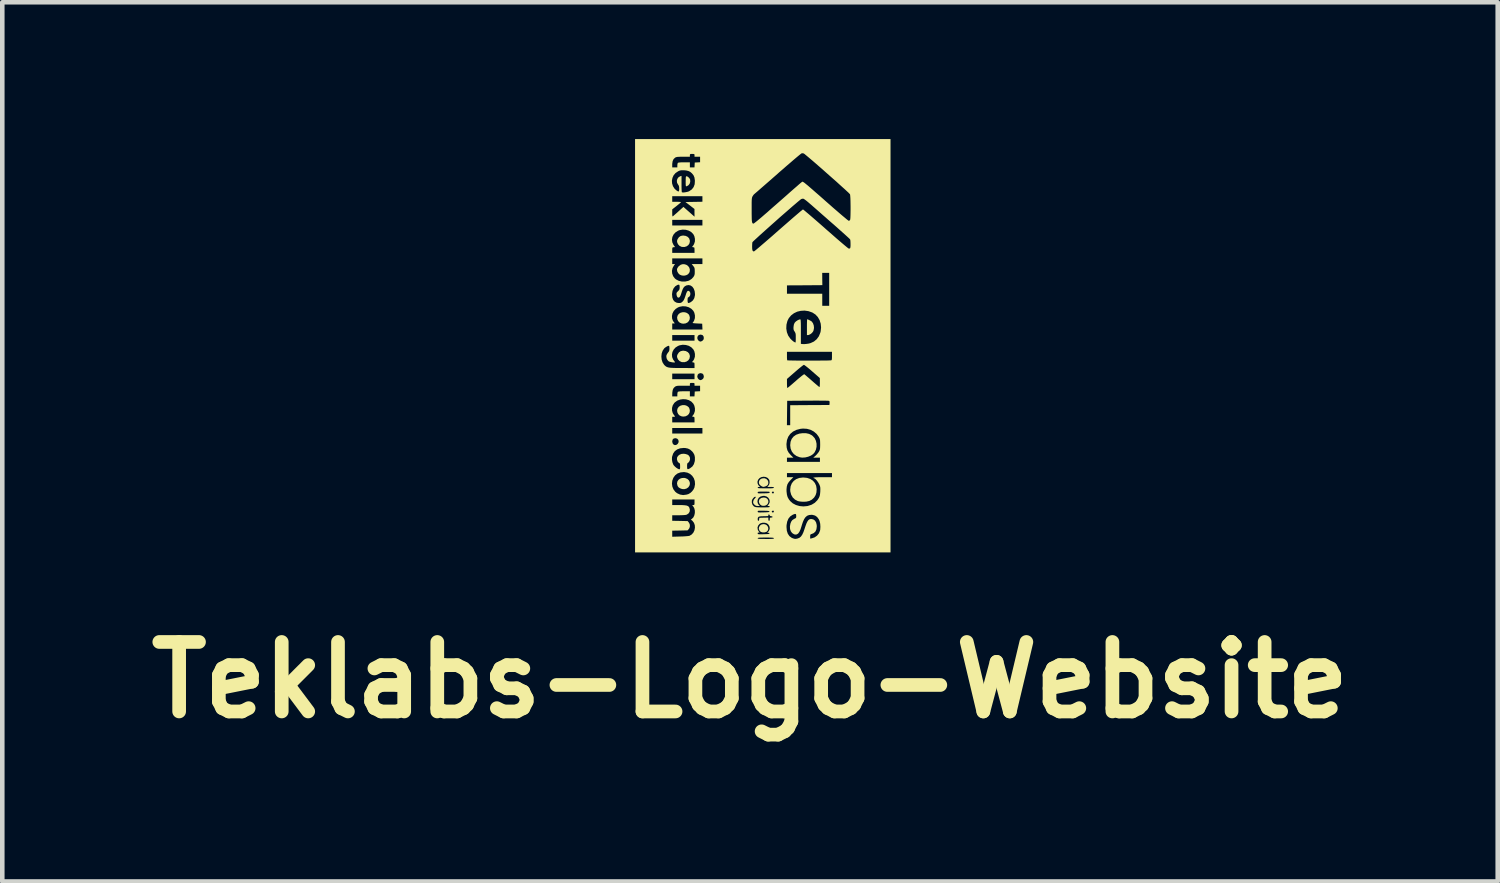
<source format=kicad_pcb>
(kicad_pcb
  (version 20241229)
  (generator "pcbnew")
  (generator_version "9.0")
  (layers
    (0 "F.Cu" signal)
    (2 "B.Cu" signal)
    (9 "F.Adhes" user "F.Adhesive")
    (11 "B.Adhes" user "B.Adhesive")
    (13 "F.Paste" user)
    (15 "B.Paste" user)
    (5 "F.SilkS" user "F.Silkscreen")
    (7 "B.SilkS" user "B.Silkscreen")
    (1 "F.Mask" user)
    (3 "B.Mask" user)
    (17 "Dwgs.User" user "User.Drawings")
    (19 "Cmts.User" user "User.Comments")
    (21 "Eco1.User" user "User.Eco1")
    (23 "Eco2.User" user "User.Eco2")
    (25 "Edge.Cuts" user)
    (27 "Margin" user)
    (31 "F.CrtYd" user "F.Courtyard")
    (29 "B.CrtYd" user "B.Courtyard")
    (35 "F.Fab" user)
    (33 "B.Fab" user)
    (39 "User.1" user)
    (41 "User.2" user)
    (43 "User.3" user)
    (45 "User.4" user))
  (footprint "Teklabs-Logo-Website"
    (layer "F.Cu")
    (at 13.677 4.532)
    (property "Reference" "Teklabs-Logo-Website" (at -0.28 7.33 0) (layer "F.SilkS") (effects (font (size 1.524 1.524) (thickness 0.3))))
    (attr board_only exclude_from_pos_files exclude_from_bom)
    (fp_poly (pts (xy 0.052 3.916) (xy 0.088 3.936) (xy 0.092 3.941) (xy 0.115 3.975) (xy 0.121 4.012) (xy 0.112 4.047) (xy 0.088 4.075) (xy 0.075 4.083) (xy 0.037 4.093) (xy -0.004 4.093) (xy -0.04 4.083) (xy -0.049 4.078) (xy -0.077 4.047) (xy -0.087 4.009) (xy -0.081 3.975) (xy -0.06 3.941) (xy -0.028 3.919) (xy 0.012 3.911)) (stroke (width 0) (type solid)) (fill yes) (layer "F.SilkS"))
    (fp_poly (pts (xy -1.706 -0.734) (xy -1.663 -0.719) (xy -1.628 -0.692) (xy -1.614 -0.672) (xy -1.6 -0.625) (xy -1.603 -0.581) (xy -1.621 -0.542) (xy -1.652 -0.51) (xy -1.694 -0.49) (xy -1.743 -0.484) (xy -1.78 -0.489) (xy -1.824 -0.508) (xy -1.856 -0.54) (xy -1.874 -0.579) (xy -1.879 -0.623) (xy -1.867 -0.665) (xy -1.841 -0.7) (xy -1.801 -0.725) (xy -1.754 -0.736)) (stroke (width 0) (type solid)) (fill yes) (layer "F.SilkS"))
    (fp_poly (pts (xy -1.706 1.303) (xy -1.663 1.318) (xy -1.628 1.345) (xy -1.614 1.365) (xy -1.6 1.412) (xy -1.603 1.456) (xy -1.621 1.495) (xy -1.652 1.526) (xy -1.694 1.547) (xy -1.743 1.553) (xy -1.78 1.548) (xy -1.824 1.529) (xy -1.856 1.497) (xy -1.874 1.457) (xy -1.879 1.414) (xy -1.867 1.372) (xy -1.841 1.337) (xy -1.801 1.312) (xy -1.754 1.301)) (stroke (width 0) (type solid)) (fill yes) (layer "F.SilkS"))
    (fp_poly (pts (xy 0.054 3.331) (xy 0.056 3.332) (xy 0.092 3.35) (xy 0.114 3.378) (xy 0.123 3.411) (xy 0.118 3.446) (xy 0.1 3.476) (xy 0.071 3.499) (xy 0.036 3.509) (xy 0.004 3.51) (xy -0.022 3.506) (xy -0.025 3.505) (xy -0.058 3.481) (xy -0.079 3.449) (xy -0.086 3.412) (xy -0.077 3.377) (xy -0.067 3.361) (xy -0.033 3.338) (xy 0.01 3.328)) (stroke (width 0) (type solid)) (fill yes) (layer "F.SilkS"))
    (fp_poly (pts (xy -1.648 -3.709) (xy -1.623 -3.688) (xy -1.602 -3.662) (xy -1.593 -3.642) (xy -1.591 -3.595) (xy -1.604 -3.553) (xy -1.632 -3.518) (xy -1.668 -3.499) (xy -1.678 -3.496) (xy -1.684 -3.499) (xy -1.688 -3.509) (xy -1.69 -3.531) (xy -1.691 -3.567) (xy -1.691 -3.605) (xy -1.69 -3.654) (xy -1.689 -3.686) (xy -1.686 -3.705) (xy -1.682 -3.715) (xy -1.674 -3.717) (xy -1.672 -3.717)) (stroke (width 0) (type solid)) (fill yes) (layer "F.SilkS"))
    (fp_poly (pts (xy -1.699 2.902) (xy -1.653 2.921) (xy -1.621 2.951) (xy -1.603 2.988) (xy -1.598 3.029) (xy -1.609 3.069) (xy -1.634 3.105) (xy -1.674 3.132) (xy -1.677 3.133) (xy -1.723 3.145) (xy -1.769 3.142) (xy -1.811 3.127) (xy -1.845 3.106) (xy -1.867 3.077) (xy -1.87 3.069) (xy -1.881 3.022) (xy -1.874 2.979) (xy -1.851 2.942) (xy -1.816 2.915) (xy -1.771 2.9) (xy -1.719 2.898)) (stroke (width 0) (type solid)) (fill yes) (layer "F.SilkS"))
    (fp_poly (pts (xy -1.689 -2.409) (xy -1.645 -2.387) (xy -1.614 -2.353) (xy -1.6 -2.308) (xy -1.599 -2.291) (xy -1.608 -2.245) (xy -1.633 -2.207) (xy -1.671 -2.18) (xy -1.718 -2.166) (xy -1.77 -2.167) (xy -1.78 -2.169) (xy -1.825 -2.19) (xy -1.859 -2.226) (xy -1.875 -2.262) (xy -1.881 -2.291) (xy -1.877 -2.316) (xy -1.868 -2.338) (xy -1.838 -2.382) (xy -1.799 -2.408) (xy -1.75 -2.417) (xy -1.744 -2.417)) (stroke (width 0) (type solid)) (fill yes) (layer "F.SilkS"))
    (fp_poly (pts (xy -1.689 0.116) (xy -1.645 0.139) (xy -1.614 0.173) (xy -1.6 0.218) (xy -1.599 0.234) (xy -1.608 0.281) (xy -1.633 0.319) (xy -1.671 0.346) (xy -1.718 0.36) (xy -1.77 0.359) (xy -1.78 0.357) (xy -1.825 0.336) (xy -1.859 0.3) (xy -1.875 0.264) (xy -1.881 0.235) (xy -1.877 0.21) (xy -1.868 0.188) (xy -1.838 0.144) (xy -1.799 0.118) (xy -1.75 0.108) (xy -1.744 0.108)) (stroke (width 0) (type solid)) (fill yes) (layer "F.SilkS"))
    (fp_poly (pts (xy 0.04 2.906) (xy 0.078 2.921) (xy 0.106 2.949) (xy 0.121 2.984) (xy 0.12 3.023) (xy 0.107 3.053) (xy 0.087 3.07) (xy 0.058 3.084) (xy 0.053 3.085) (xy 0.026 3.093) (xy 0.009 3.095) (xy -0.006 3.09) (xy -0.03 3.079) (xy -0.031 3.078) (xy -0.065 3.052) (xy -0.083 3.021) (xy -0.086 2.987) (xy -0.076 2.955) (xy -0.053 2.928) (xy -0.02 2.91) (xy 0.023 2.905)) (stroke (width 0) (type solid)) (fill yes) (layer "F.SilkS"))
    (fp_poly (pts (xy 0.99 -0.576) (xy 1.017 -0.564) (xy 1.046 -0.549) (xy 1.068 -0.535) (xy 1.073 -0.532) (xy 1.101 -0.493) (xy 1.118 -0.444) (xy 1.123 -0.391) (xy 1.114 -0.34) (xy 1.103 -0.313) (xy 1.078 -0.281) (xy 1.045 -0.255) (xy 1.011 -0.238) (xy 0.991 -0.234) (xy 0.968 -0.234) (xy 0.968 -0.407) (xy 0.968 -0.464) (xy 0.969 -0.513) (xy 0.97 -0.551) (xy 0.972 -0.574) (xy 0.973 -0.581)) (stroke (width 0) (type solid)) (fill yes) (layer "F.SilkS"))
    (fp_poly (pts (xy -1.712 -1.787) (xy -1.672 -1.773) (xy -1.638 -1.748) (xy -1.613 -1.715) (xy -1.6 -1.675) (xy -1.602 -1.631) (xy -1.614 -1.599) (xy -1.641 -1.567) (xy -1.681 -1.546) (xy -1.727 -1.537) (xy -1.775 -1.541) (xy -1.819 -1.558) (xy -1.824 -1.561) (xy -1.854 -1.591) (xy -1.875 -1.63) (xy -1.882 -1.67) (xy -1.88 -1.687) (xy -1.868 -1.711) (xy -1.848 -1.739) (xy -1.84 -1.747) (xy -1.799 -1.777) (xy -1.756 -1.789)) (stroke (width 0) (type solid)) (fill yes) (layer "F.SilkS"))
    (fp_poly (pts (xy 0.949 1.918) (xy 1.014 1.932) (xy 1.069 1.959) (xy 1.094 1.978) (xy 1.137 2.025) (xy 1.165 2.084) (xy 1.179 2.148) (xy 1.179 2.215) (xy 1.165 2.279) (xy 1.136 2.338) (xy 1.104 2.375) (xy 1.056 2.408) (xy 0.996 2.433) (xy 0.93 2.449) (xy 0.864 2.453) (xy 0.81 2.445) (xy 0.738 2.417) (xy 0.68 2.375) (xy 0.637 2.32) (xy 0.61 2.254) (xy 0.601 2.182) (xy 0.609 2.106) (xy 0.634 2.042) (xy 0.675 1.991) (xy 0.73 1.952) (xy 0.8 1.927) (xy 0.872 1.917)) (stroke (width 0) (type solid)) (fill yes) (layer "F.SilkS"))
    (fp_poly (pts (xy 0.971 2.897) (xy 1.041 2.921) (xy 1.098 2.958) (xy 1.142 3.009) (xy 1.17 3.07) (xy 1.181 3.142) (xy 1.181 3.151) (xy 1.176 3.218) (xy 1.159 3.274) (xy 1.129 3.323) (xy 1.122 3.332) (xy 1.075 3.375) (xy 1.021 3.403) (xy 0.956 3.418) (xy 0.896 3.421) (xy 0.85 3.419) (xy 0.806 3.414) (xy 0.773 3.407) (xy 0.769 3.406) (xy 0.707 3.374) (xy 0.657 3.327) (xy 0.623 3.268) (xy 0.604 3.199) (xy 0.601 3.157) (xy 0.61 3.082) (xy 0.636 3.017) (xy 0.677 2.965) (xy 0.732 2.925) (xy 0.8 2.899) (xy 0.88 2.889) (xy 0.891 2.889)) (stroke (width 0) (type solid)) (fill yes) (layer "F.SilkS"))
    (fp_poly (pts (xy 2.801 4.532) (xy -2.801 4.532) (xy -2.801 4.221) (xy -0.112 4.221) (xy -0.109 4.227) (xy -0.1 4.231) (xy -0.081 4.234) (xy -0.049 4.236) (xy -0.003 4.236) (xy 0.061 4.237) (xy 0.066 4.237) (xy 0.131 4.237) (xy 0.179 4.236) (xy 0.211 4.234) (xy 0.231 4.231) (xy 0.241 4.227) (xy 0.244 4.222) (xy 0.244 4.221) (xy 0.242 4.216) (xy 0.232 4.212) (xy 0.213 4.209) (xy 0.182 4.207) (xy 0.135 4.206) (xy 0.071 4.206) (xy 0.066 4.206) (xy 0.001 4.206) (xy -0.046 4.207) (xy -0.079 4.209) (xy -0.099 4.212) (xy -0.109 4.216) (xy -0.112 4.221) (xy -0.112 4.221) (xy -2.801 4.221) (xy -2.801 4.188) (xy -1.986 4.188) (xy -1.81 4.183) (xy -1.743 4.181) (xy -1.685 4.177) (xy -1.64 4.173) (xy -1.61 4.168) (xy -1.604 4.166) (xy -1.557 4.137) (xy -1.521 4.095) (xy -1.498 4.045) (xy -1.488 3.99) (xy -1.488 3.986) (xy -0.116 3.986) (xy -0.111 4.03) (xy -0.108 4.036) (xy -0.096 4.061) (xy -0.084 4.077) (xy -0.083 4.078) (xy -0.071 4.091) (xy -0.078 4.098) (xy -0.092 4.097) (xy -0.108 4.097) (xy -0.112 4.113) (xy -0.112 4.114) (xy -0.111 4.123) (xy -0.107 4.129) (xy -0.095 4.132) (xy -0.073 4.134) (xy -0.037 4.134) (xy 0.015 4.133) (xy 0.018 4.133) (xy 0.073 4.131) (xy 0.11 4.129) (xy 0.133 4.126) (xy 0.144 4.121) (xy 0.148 4.115) (xy 0.148 4.115) (xy 0.139 4.103) (xy 0.125 4.102) (xy 0.107 4.1) (xy 0.102 4.094) (xy 0.109 4.084) (xy 0.112 4.084) (xy 0.124 4.075) (xy 0.137 4.054) (xy 0.148 4.026) (xy 0.153 4) (xy 0.153 3.997) (xy 0.148 3.976) (xy 0.52 3.976) (xy 0.527 4.056) (xy 0.548 4.121) (xy 0.583 4.173) (xy 0.631 4.21) (xy 0.658 4.222) (xy 0.693 4.233) (xy 0.72 4.235) (xy 0.75 4.23) (xy 0.766 4.226) (xy 0.805 4.21) (xy 0.837 4.183) (xy 0.865 4.143) (xy 0.891 4.088) (xy 0.913 4.024) (xy 0.938 3.949) (xy 0.959 3.892) (xy 0.98 3.851) (xy 1 3.823) (xy 1.022 3.807) (xy 1.047 3.8) (xy 1.062 3.799) (xy 1.107 3.808) (xy 1.144 3.834) (xy 1.169 3.875) (xy 1.182 3.929) (xy 1.184 3.963) (xy 1.176 4.025) (xy 1.154 4.074) (xy 1.117 4.108) (xy 1.078 4.125) (xy 1.054 4.133) (xy 1.043 4.143) (xy 1.039 4.163) (xy 1.039 4.182) (xy 1.039 4.229) (xy 1.077 4.222) (xy 1.138 4.201) (xy 1.19 4.164) (xy 1.23 4.115) (xy 1.254 4.057) (xy 1.259 4.036) (xy 1.263 3.969) (xy 1.259 3.903) (xy 1.245 3.843) (xy 1.228 3.805) (xy 1.191 3.755) (xy 1.147 3.724) (xy 1.094 3.709) (xy 1.064 3.707) (xy 1.015 3.712) (xy 0.973 3.728) (xy 0.938 3.757) (xy 0.907 3.801) (xy 0.88 3.861) (xy 0.854 3.94) (xy 0.85 3.955) (xy 0.826 4.029) (xy 0.801 4.083) (xy 0.774 4.119) (xy 0.743 4.138) (xy 0.708 4.14) (xy 0.684 4.133) (xy 0.644 4.107) (xy 0.615 4.068) (xy 0.598 4.019) (xy 0.595 3.962) (xy 0.605 3.903) (xy 0.623 3.857) (xy 0.648 3.823) (xy 0.685 3.799) (xy 0.688 3.797) (xy 0.715 3.784) (xy 0.729 3.772) (xy 0.733 3.752) (xy 0.733 3.732) (xy 0.731 3.704) (xy 0.722 3.689) (xy 0.704 3.688) (xy 0.672 3.699) (xy 0.656 3.706) (xy 0.603 3.741) (xy 0.562 3.791) (xy 0.535 3.856) (xy 0.521 3.934) (xy 0.52 3.976) (xy 0.148 3.976) (xy 0.144 3.956) (xy 0.121 3.919) (xy 0.092 3.896) (xy 0.049 3.882) (xy 0.001 3.88) (xy -0.043 3.891) (xy -0.07 3.906) (xy -0.102 3.944) (xy -0.116 3.986) (xy -1.488 3.986) (xy -1.491 3.935) (xy -1.509 3.884) (xy -1.542 3.84) (xy -1.553 3.831) (xy -1.578 3.811) (xy -1.568 3.805) (xy -0.112 3.805) (xy -0.108 3.831) (xy -0.097 3.84) (xy -0.086 3.832) (xy -0.08 3.806) (xy -0.076 3.773) (xy 0.023 3.77) (xy 0.122 3.768) (xy 0.122 3.804) (xy 0.125 3.83) (xy 0.136 3.839) (xy 0.137 3.84) (xy 0.149 3.832) (xy 0.153 3.807) (xy 0.153 3.804) (xy 0.154 3.78) (xy 0.163 3.77) (xy 0.183 3.768) (xy 0.208 3.764) (xy 0.214 3.753) (xy 0.205 3.741) (xy 0.185 3.738) (xy 0.16 3.732) (xy 0.15 3.717) (xy 0.141 3.701) (xy 0.133 3.697) (xy 0.124 3.705) (xy 0.122 3.717) (xy 0.121 3.727) (xy 0.114 3.733) (xy 0.098 3.736) (xy 0.07 3.737) (xy 0.025 3.738) (xy 0.021 3.738) (xy -0.034 3.739) (xy -0.071 3.744) (xy -0.095 3.753) (xy -0.107 3.77) (xy -0.112 3.794) (xy -0.112 3.805) (xy -1.568 3.805) (xy -1.554 3.795) (xy -1.522 3.763) (xy -1.501 3.718) (xy -1.49 3.666) (xy -1.49 3.636) (xy -0.112 3.636) (xy -0.111 3.644) (xy -0.106 3.65) (xy -0.094 3.654) (xy -0.071 3.655) (xy -0.034 3.655) (xy 0.018 3.654) (xy 0.073 3.652) (xy 0.11 3.65) (xy 0.133 3.647) (xy 0.144 3.642) (xy 0.148 3.636) (xy 0.196 3.636) (xy 0.199 3.646) (xy 0.214 3.656) (xy 0.232 3.654) (xy 0.244 3.641) (xy 0.244 3.636) (xy 0.237 3.619) (xy 0.225 3.615) (xy 0.204 3.622) (xy 0.196 3.636) (xy 0.148 3.636) (xy 0.148 3.636) (xy 0.148 3.636) (xy 0.144 3.629) (xy 0.133 3.625) (xy 0.11 3.621) (xy 0.073 3.619) (xy 0.018 3.618) (xy 0.018 3.618) (xy -0.036 3.617) (xy -0.072 3.617) (xy -0.094 3.618) (xy -0.106 3.622) (xy -0.111 3.628) (xy -0.112 3.636) (xy -1.49 3.636) (xy -1.49 3.613) (xy -1.503 3.562) (xy -1.521 3.53) (xy -1.549 3.493) (xy -1.523 3.493) (xy -1.509 3.492) (xy -1.501 3.485) (xy -1.498 3.468) (xy -1.497 3.443) (xy -0.24 3.443) (xy -0.226 3.486) (xy -0.198 3.519) (xy -0.19 3.525) (xy -0.175 3.532) (xy -0.157 3.538) (xy -0.132 3.541) (xy -0.097 3.543) (xy -0.048 3.544) (xy -0.003 3.544) (xy 0.058 3.544) (xy 0.101 3.543) (xy 0.129 3.541) (xy 0.145 3.538) (xy 0.152 3.533) (xy 0.153 3.529) (xy 0.144 3.517) (xy 0.126 3.514) (xy 0.1 3.514) (xy 0.126 3.482) (xy 0.148 3.443) (xy 0.152 3.402) (xy 0.141 3.364) (xy 0.117 3.33) (xy 0.082 3.305) (xy 0.038 3.292) (xy 0.004 3.292) (xy -0.049 3.306) (xy -0.087 3.333) (xy -0.109 3.369) (xy -0.117 3.41) (xy -0.111 3.452) (xy -0.092 3.486) (xy -0.079 3.498) (xy -0.067 3.507) (xy -0.068 3.512) (xy -0.084 3.513) (xy -0.105 3.514) (xy -0.14 3.511) (xy -0.164 3.501) (xy -0.185 3.483) (xy -0.205 3.46) (xy -0.212 3.439) (xy -0.21 3.414) (xy -0.198 3.378) (xy -0.179 3.354) (xy -0.159 3.332) (xy -0.154 3.317) (xy -0.164 3.31) (xy -0.167 3.31) (xy -0.187 3.318) (xy -0.209 3.34) (xy -0.229 3.368) (xy -0.24 3.396) (xy -0.24 3.397) (xy -0.24 3.443) (xy -1.497 3.443) (xy -1.497 3.435) (xy -1.497 3.432) (xy -1.497 3.371) (xy -1.986 3.371) (xy -1.986 3.493) (xy -1.837 3.493) (xy -1.765 3.494) (xy -1.71 3.498) (xy -1.67 3.504) (xy -1.642 3.515) (xy -1.623 3.53) (xy -1.611 3.55) (xy -1.599 3.597) (xy -1.605 3.64) (xy -1.627 3.676) (xy -1.663 3.701) (xy -1.678 3.707) (xy -1.703 3.711) (xy -1.742 3.714) (xy -1.792 3.716) (xy -1.846 3.717) (xy -1.851 3.717) (xy -1.986 3.717) (xy -1.986 3.838) (xy -1.817 3.841) (xy -1.648 3.845) (xy -1.624 3.873) (xy -1.603 3.911) (xy -1.598 3.955) (xy -1.609 3.998) (xy -1.624 4.02) (xy -1.648 4.048) (xy -1.817 4.052) (xy -1.986 4.055) (xy -1.986 4.188) (xy -2.801 4.188) (xy -2.801 3.025) (xy -1.992 3.025) (xy -1.983 3.091) (xy -1.958 3.151) (xy -1.918 3.203) (xy -1.88 3.233) (xy -1.815 3.263) (xy -1.747 3.274) (xy -1.675 3.265) (xy -1.632 3.253) (xy -1.591 3.229) (xy -1.579 3.219) (xy -0.112 3.219) (xy -0.111 3.227) (xy -0.106 3.233) (xy -0.093 3.236) (xy -0.07 3.237) (xy -0.032 3.237) (xy 0.018 3.236) (xy 0.072 3.235) (xy 0.109 3.233) (xy 0.132 3.23) (xy 0.145 3.225) (xy 0.15 3.219) (xy 0.15 3.218) (xy 0.198 3.218) (xy 0.2 3.224) (xy 0.213 3.237) (xy 0.23 3.238) (xy 0.243 3.226) (xy 0.244 3.218) (xy 0.237 3.201) (xy 0.226 3.198) (xy 0.203 3.203) (xy 0.198 3.218) (xy 0.15 3.218) (xy 0.151 3.216) (xy 0.151 3.208) (xy 0.145 3.203) (xy 0.13 3.2) (xy 0.103 3.199) (xy 0.06 3.198) (xy 0.021 3.198) (xy -0.033 3.198) (xy -0.07 3.199) (xy -0.093 3.201) (xy -0.106 3.205) (xy -0.111 3.21) (xy -0.112 3.219) (xy -1.579 3.219) (xy -1.551 3.193) (xy -1.519 3.151) (xy 0.52 3.151) (xy 0.521 3.196) (xy 0.529 3.264) (xy 0.544 3.318) (xy 0.571 3.367) (xy 0.602 3.407) (xy 0.658 3.456) (xy 0.727 3.492) (xy 0.806 3.515) (xy 0.89 3.523) (xy 0.977 3.515) (xy 0.99 3.512) (xy 1.07 3.486) (xy 1.14 3.444) (xy 1.196 3.388) (xy 1.23 3.336) (xy 1.244 3.304) (xy 1.253 3.271) (xy 1.258 3.229) (xy 1.261 3.191) (xy 1.262 3.144) (xy 1.261 3.111) (xy 1.256 3.084) (xy 1.246 3.057) (xy 1.24 3.043) (xy 1.216 2.999) (xy 1.188 2.959) (xy 1.159 2.927) (xy 1.134 2.909) (xy 1.13 2.907) (xy 1.111 2.9) (xy 1.11 2.893) (xy 1.127 2.889) (xy 1.162 2.885) (xy 1.216 2.883) (xy 1.289 2.882) (xy 1.314 2.882) (xy 1.517 2.882) (xy 1.517 2.791) (xy 0.53 2.791) (xy 0.53 2.882) (xy 0.671 2.882) (xy 0.612 2.941) (xy 0.57 2.989) (xy 0.541 3.036) (xy 0.526 3.089) (xy 0.52 3.151) (xy -1.519 3.151) (xy -1.518 3.149) (xy -1.499 3.108) (xy -1.486 3.036) (xy -1.488 3.01) (xy -0.116 3.01) (xy -0.101 3.05) (xy -0.084 3.07) (xy -0.058 3.096) (xy -0.085 3.096) (xy -0.107 3.101) (xy -0.112 3.111) (xy -0.109 3.117) (xy -0.1 3.121) (xy -0.081 3.124) (xy -0.049 3.125) (xy -0.003 3.126) (xy 0.061 3.127) (xy 0.066 3.127) (xy 0.131 3.126) (xy 0.179 3.126) (xy 0.211 3.124) (xy 0.231 3.121) (xy 0.241 3.117) (xy 0.244 3.112) (xy 0.244 3.111) (xy 0.24 3.103) (xy 0.225 3.098) (xy 0.196 3.096) (xy 0.171 3.096) (xy 0.098 3.096) (xy 0.121 3.072) (xy 0.143 3.035) (xy 0.15 2.991) (xy 0.144 2.948) (xy 0.138 2.935) (xy 0.109 2.9) (xy 0.066 2.878) (xy 0.018 2.872) (xy -0.03 2.88) (xy -0.07 2.901) (xy -0.099 2.933) (xy -0.115 2.97) (xy -0.116 3.01) (xy -1.488 3.01) (xy -1.491 2.967) (xy -1.512 2.905) (xy -1.548 2.852) (xy -1.596 2.81) (xy -1.654 2.782) (xy -1.722 2.77) (xy -1.734 2.77) (xy -1.809 2.778) (xy -1.872 2.802) (xy -1.923 2.842) (xy -1.961 2.895) (xy -1.985 2.959) (xy -1.992 3.025) (xy -2.801 3.025) (xy -2.801 2.497) (xy -1.992 2.497) (xy -1.983 2.552) (xy -1.965 2.602) (xy -1.954 2.62) (xy -1.93 2.646) (xy -1.9 2.673) (xy -1.868 2.694) (xy -1.841 2.707) (xy -1.832 2.709) (xy -1.821 2.707) (xy -1.816 2.696) (xy -1.813 2.673) (xy -1.813 2.644) (xy -1.814 2.607) (xy -1.817 2.586) (xy -1.825 2.576) (xy -1.833 2.572) (xy -1.852 2.558) (xy -1.869 2.536) (xy -1.883 2.491) (xy -1.879 2.45) (xy -1.859 2.416) (xy -1.826 2.389) (xy -1.783 2.372) (xy -1.731 2.368) (xy -1.693 2.374) (xy -1.649 2.388) (xy -1.621 2.409) (xy -1.602 2.441) (xy -1.599 2.45) (xy -1.595 2.487) (xy -1.605 2.525) (xy -1.625 2.556) (xy -1.639 2.566) (xy -1.651 2.575) (xy -1.657 2.59) (xy -1.66 2.617) (xy -1.66 2.643) (xy -1.659 2.682) (xy -1.653 2.703) (xy -1.64 2.707) (xy -1.616 2.698) (xy -1.594 2.686) (xy -1.544 2.647) (xy -1.511 2.597) (xy -1.492 2.533) (xy -1.489 2.508) (xy -1.489 2.444) (xy -1.5 2.393) (xy -1.524 2.348) (xy -1.547 2.319) (xy -1.592 2.279) (xy -1.642 2.254) (xy -1.702 2.242) (xy -1.736 2.241) (xy -1.813 2.249) (xy -1.877 2.273) (xy -1.929 2.311) (xy -1.966 2.364) (xy -1.988 2.43) (xy -1.991 2.445) (xy -1.992 2.497) (xy -2.801 2.497) (xy -2.801 2.1) (xy -1.986 2.1) (xy -1.978 2.139) (xy -1.959 2.165) (xy -1.931 2.178) (xy -1.899 2.175) (xy -1.881 2.163) (xy 0.519 2.163) (xy 0.524 2.234) (xy 0.539 2.292) (xy 0.567 2.343) (xy 0.61 2.393) (xy 0.612 2.396) (xy 0.671 2.454) (xy 0.53 2.454) (xy 0.53 2.546) (xy 1.253 2.546) (xy 1.253 2.454) (xy 1.107 2.454) (xy 1.155 2.413) (xy 1.186 2.381) (xy 1.216 2.344) (xy 1.23 2.324) (xy 1.242 2.301) (xy 1.25 2.28) (xy 1.255 2.256) (xy 1.257 2.223) (xy 1.258 2.176) (xy 1.258 2.164) (xy 1.257 2.114) (xy 1.256 2.078) (xy 1.251 2.052) (xy 1.244 2.03) (xy 1.232 2.006) (xy 1.228 1.998) (xy 1.18 1.933) (xy 1.119 1.881) (xy 1.047 1.843) (xy 0.967 1.821) (xy 0.88 1.816) (xy 0.824 1.822) (xy 0.736 1.845) (xy 0.662 1.882) (xy 0.602 1.933) (xy 0.558 1.995) (xy 0.53 2.069) (xy 0.519 2.154) (xy 0.519 2.163) (xy -1.881 2.163) (xy -1.868 2.154) (xy -1.849 2.123) (xy -1.845 2.09) (xy -1.856 2.059) (xy -1.88 2.036) (xy -1.914 2.027) (xy -1.917 2.027) (xy -1.954 2.034) (xy -1.977 2.057) (xy -1.986 2.095) (xy -1.986 2.1) (xy -2.801 2.1) (xy -2.801 1.925) (xy -1.986 1.925) (xy -1.324 1.925) (xy -1.324 1.803) (xy -1.986 1.803) (xy -1.986 1.925) (xy -2.801 1.925) (xy -2.801 1.742) (xy 0.529 1.742) (xy 0.601 1.742) (xy 0.601 1.304) (xy 1.031 1.301) (xy 1.461 1.299) (xy 1.465 1.256) (xy 1.465 1.228) (xy 1.46 1.214) (xy 1.446 1.207) (xy 1.444 1.207) (xy 1.429 1.206) (xy 1.396 1.205) (xy 1.347 1.204) (xy 1.285 1.204) (xy 1.21 1.203) (xy 1.127 1.203) (xy 1.036 1.204) (xy 0.978 1.204) (xy 0.535 1.207) (xy 0.532 1.474) (xy 0.529 1.742) (xy -2.801 1.742) (xy -2.801 1.421) (xy -1.99 1.421) (xy -1.975 1.476) (xy -1.95 1.516) (xy -1.931 1.54) (xy -1.927 1.553) (xy -1.938 1.558) (xy -1.955 1.558) (xy -1.986 1.558) (xy -1.986 1.68) (xy -1.497 1.68) (xy -1.497 1.619) (xy -1.498 1.585) (xy -1.501 1.567) (xy -1.508 1.56) (xy -1.522 1.558) (xy -1.523 1.558) (xy -1.543 1.554) (xy -1.548 1.543) (xy -1.538 1.533) (xy -1.527 1.52) (xy -1.512 1.497) (xy -1.506 1.485) (xy -1.489 1.431) (xy -1.488 1.372) (xy -1.501 1.314) (xy -1.523 1.271) (xy -1.566 1.225) (xy -1.621 1.193) (xy -1.683 1.175) (xy -1.749 1.171) (xy -1.814 1.18) (xy -1.875 1.203) (xy -1.928 1.241) (xy -1.942 1.256) (xy -1.974 1.305) (xy -1.99 1.362) (xy -1.99 1.421) (xy -2.801 1.421) (xy -2.801 1.11) (xy -1.986 1.11) (xy -1.874 1.11) (xy -1.874 1.066) (xy -1.871 1.036) (xy -1.865 1.014) (xy -1.862 1.01) (xy -1.845 1.004) (xy -1.808 1) (xy -1.751 0.998) (xy -1.724 0.998) (xy -1.599 0.998) (xy -1.599 1.11) (xy -1.498 1.11) (xy -1.495 1.057) (xy -1.492 1.003) (xy -1.433 1) (xy -1.375 0.997) (xy -1.375 0.876) (xy -1.497 0.876) (xy -1.497 0.845) (xy -1.498 0.827) (xy 0.53 0.827) (xy 0.531 0.87) (xy 0.533 0.903) (xy 0.536 0.923) (xy 0.538 0.927) (xy 0.548 0.92) (xy 0.571 0.902) (xy 0.605 0.874) (xy 0.646 0.839) (xy 0.694 0.797) (xy 0.722 0.773) (xy 0.772 0.729) (xy 0.818 0.691) (xy 0.857 0.659) (xy 0.887 0.637) (xy 0.905 0.625) (xy 0.909 0.624) (xy 0.92 0.632) (xy 0.944 0.652) (xy 0.978 0.681) (xy 1.02 0.717) (xy 1.067 0.758) (xy 1.078 0.768) (xy 1.126 0.81) (xy 1.168 0.846) (xy 1.204 0.876) (xy 1.229 0.897) (xy 1.243 0.906) (xy 1.244 0.906) (xy 1.247 0.897) (xy 1.25 0.872) (xy 1.252 0.834) (xy 1.252 0.807) (xy 1.251 0.708) (xy 1.084 0.563) (xy 1.035 0.52) (xy 0.989 0.482) (xy 0.951 0.452) (xy 0.922 0.43) (xy 0.904 0.419) (xy 0.902 0.418) (xy 0.89 0.424) (xy 0.865 0.442) (xy 0.83 0.47) (xy 0.786 0.506) (xy 0.737 0.548) (xy 0.708 0.573) (xy 0.53 0.728) (xy 0.53 0.827) (xy -1.498 0.827) (xy -1.498 0.827) (xy -1.505 0.818) (xy -1.523 0.815) (xy -1.548 0.815) (xy -1.578 0.815) (xy -1.593 0.82) (xy -1.598 0.83) (xy -1.599 0.845) (xy -1.599 0.876) (xy -1.745 0.876) (xy -1.803 0.876) (xy -1.845 0.877) (xy -1.874 0.879) (xy -1.895 0.884) (xy -1.911 0.89) (xy -1.926 0.899) (xy -1.956 0.928) (xy -1.975 0.969) (xy -1.984 1.025) (xy -1.985 1.052) (xy -1.986 1.11) (xy -2.801 1.11) (xy -2.801 0.733) (xy -1.986 0.733) (xy -1.497 0.733) (xy -1.497 0.679) (xy -1.436 0.679) (xy -1.427 0.71) (xy -1.406 0.736) (xy -1.378 0.752) (xy -1.365 0.754) (xy -1.345 0.748) (xy -1.321 0.733) (xy -1.32 0.733) (xy -1.3 0.709) (xy -1.293 0.678) (xy -1.293 0.675) (xy -1.301 0.636) (xy -1.322 0.611) (xy -1.358 0.601) (xy -1.366 0.601) (xy -1.402 0.609) (xy -1.426 0.632) (xy -1.436 0.67) (xy -1.436 0.679) (xy -1.497 0.679) (xy -1.497 0.611) (xy -1.986 0.611) (xy -1.986 0.733) (xy -2.801 0.733) (xy -2.801 0.235) (xy -2.224 0.235) (xy -2.218 0.301) (xy -2.199 0.363) (xy -2.166 0.415) (xy -2.151 0.431) (xy -2.133 0.447) (xy -2.114 0.46) (xy -2.093 0.469) (xy -2.065 0.477) (xy -2.03 0.482) (xy -1.984 0.485) (xy -1.925 0.487) (xy -1.85 0.488) (xy -1.77 0.488) (xy -1.497 0.489) (xy -1.497 0.428) (xy -1.498 0.394) (xy -1.501 0.376) (xy -1.508 0.368) (xy -1.522 0.367) (xy -1.523 0.367) (xy -1.543 0.362) (xy -1.548 0.352) (xy -1.538 0.341) (xy -1.527 0.329) (xy -1.512 0.305) (xy -1.506 0.293) (xy -1.489 0.24) (xy -1.489 0.222) (xy 0.53 0.222) (xy 0.53 0.263) (xy 0.532 0.296) (xy 0.535 0.316) (xy 0.537 0.319) (xy 0.548 0.321) (xy 0.577 0.322) (xy 0.622 0.323) (xy 0.679 0.324) (xy 0.748 0.325) (xy 0.824 0.325) (xy 0.906 0.325) (xy 0.992 0.326) (xy 1.078 0.326) (xy 1.162 0.325) (xy 1.243 0.325) (xy 1.317 0.324) (xy 1.381 0.324) (xy 1.435 0.323) (xy 1.474 0.321) (xy 1.498 0.32) (xy 1.502 0.319) (xy 1.51 0.312) (xy 1.515 0.294) (xy 1.517 0.262) (xy 1.517 0.223) (xy 1.517 0.132) (xy 0.53 0.132) (xy 0.53 0.222) (xy -1.489 0.222) (xy -1.488 0.18) (xy -1.501 0.122) (xy -1.523 0.08) (xy -1.567 0.034) (xy -1.623 0.001) (xy -1.687 -0.017) (xy -1.756 -0.022) (xy -1.823 -0.01) (xy -1.859 0.004) (xy -1.913 0.038) (xy -1.954 0.083) (xy -1.981 0.136) (xy -1.992 0.192) (xy -1.988 0.248) (xy -1.967 0.301) (xy -1.95 0.324) (xy -1.934 0.346) (xy -1.925 0.36) (xy -1.925 0.362) (xy -1.934 0.366) (xy -1.956 0.366) (xy -1.987 0.363) (xy -2.019 0.356) (xy -2.047 0.349) (xy -2.064 0.341) (xy -2.091 0.312) (xy -2.11 0.273) (xy -2.115 0.23) (xy -2.114 0.217) (xy -2.103 0.187) (xy -2.083 0.156) (xy -2.077 0.149) (xy -2.059 0.125) (xy -2.05 0.101) (xy -2.047 0.068) (xy -2.047 0.057) (xy -2.049 0.025) (xy -2.053 0.005) (xy -2.058 0) (xy -2.084 0.006) (xy -2.116 0.023) (xy -2.148 0.045) (xy -2.161 0.057) (xy -2.196 0.108) (xy -2.217 0.169) (xy -2.224 0.235) (xy -2.801 0.235) (xy -2.801 -0.112) (xy -1.986 -0.112) (xy -1.497 -0.112) (xy -1.497 -0.167) (xy -1.436 -0.167) (xy -1.427 -0.136) (xy -1.406 -0.109) (xy -1.378 -0.093) (xy -1.365 -0.092) (xy -1.345 -0.098) (xy -1.321 -0.112) (xy -1.32 -0.113) (xy -1.3 -0.136) (xy -1.293 -0.168) (xy -1.293 -0.171) (xy -1.301 -0.21) (xy -1.322 -0.234) (xy -1.358 -0.244) (xy -1.366 -0.244) (xy -1.402 -0.236) (xy -1.426 -0.213) (xy -1.436 -0.175) (xy -1.436 -0.167) (xy -1.497 -0.167) (xy -1.497 -0.234) (xy -1.986 -0.234) (xy -1.986 -0.112) (xy -2.801 -0.112) (xy -2.801 -0.654) (xy -1.992 -0.654) (xy -1.989 -0.598) (xy -1.97 -0.545) (xy -1.94 -0.505) (xy -1.93 -0.494) (xy -1.936 -0.49) (xy -1.955 -0.489) (xy -1.986 -0.489) (xy -1.986 -0.356) (xy -1.323 -0.356) (xy -1.324 -0.379) (xy 0.515 -0.379) (xy 0.528 -0.298) (xy 0.557 -0.223) (xy 0.602 -0.159) (xy 0.604 -0.156) (xy 0.639 -0.121) (xy 0.673 -0.093) (xy 0.702 -0.076) (xy 0.717 -0.071) (xy 0.72 -0.081) (xy 0.722 -0.106) (xy 0.723 -0.143) (xy 0.723 -0.173) (xy 0.723 -0.221) (xy 0.721 -0.253) (xy 0.716 -0.277) (xy 0.707 -0.296) (xy 0.697 -0.313) (xy 0.681 -0.338) (xy 0.674 -0.363) (xy 0.673 -0.395) (xy 0.674 -0.413) (xy 0.681 -0.462) (xy 0.696 -0.499) (xy 0.702 -0.508) (xy 0.726 -0.533) (xy 0.759 -0.556) (xy 0.794 -0.573) (xy 0.822 -0.58) (xy 0.826 -0.576) (xy 0.83 -0.561) (xy 0.832 -0.535) (xy 0.834 -0.495) (xy 0.835 -0.439) (xy 0.835 -0.365) (xy 0.835 -0.311) (xy 0.835 -0.042) (xy 0.863 -0.038) (xy 0.905 -0.036) (xy 0.956 -0.04) (xy 1.009 -0.048) (xy 1.049 -0.059) (xy 1.122 -0.093) (xy 1.182 -0.143) (xy 1.229 -0.207) (xy 1.261 -0.285) (xy 1.269 -0.316) (xy 1.278 -0.402) (xy 1.27 -0.485) (xy 1.246 -0.561) (xy 1.207 -0.629) (xy 1.155 -0.685) (xy 1.09 -0.727) (xy 1.084 -0.73) (xy 1.001 -0.759) (xy 0.916 -0.771) (xy 0.833 -0.766) (xy 0.754 -0.747) (xy 0.683 -0.713) (xy 0.621 -0.666) (xy 0.571 -0.606) (xy 0.54 -0.545) (xy 0.519 -0.463) (xy 0.515 -0.379) (xy -1.324 -0.379) (xy -1.326 -0.42) (xy -1.329 -0.484) (xy -1.441 -0.489) (xy -1.486 -0.492) (xy -1.519 -0.495) (xy -1.538 -0.499) (xy -1.54 -0.502) (xy -1.528 -0.516) (xy -1.512 -0.541) (xy -1.506 -0.552) (xy -1.489 -0.606) (xy -1.488 -0.665) (xy -1.501 -0.723) (xy -1.523 -0.766) (xy -1.567 -0.811) (xy -1.623 -0.844) (xy -1.687 -0.863) (xy -1.756 -0.867) (xy -1.823 -0.855) (xy -1.859 -0.841) (xy -1.912 -0.807) (xy -1.953 -0.762) (xy -1.98 -0.71) (xy -1.992 -0.654) (xy -2.801 -0.654) (xy -2.801 -1.125) (xy -1.99 -1.125) (xy -1.984 -1.058) (xy -1.964 -1.004) (xy -1.931 -0.966) (xy -1.886 -0.943) (xy -1.84 -0.937) (xy -1.806 -0.939) (xy -1.782 -0.949) (xy -1.758 -0.97) (xy -1.757 -0.97) (xy -1.737 -0.995) (xy -1.72 -1.028) (xy -1.703 -1.074) (xy -1.695 -1.098) (xy -1.678 -1.151) (xy -1.662 -1.185) (xy -1.647 -1.202) (xy -1.63 -1.205) (xy -1.611 -1.196) (xy -1.594 -1.173) (xy -1.588 -1.14) (xy -1.593 -1.107) (xy -1.609 -1.08) (xy -1.627 -1.065) (xy -1.64 -1.059) (xy -1.645 -1.05) (xy -1.649 -1.026) (xy -1.65 -0.998) (xy -1.648 -0.961) (xy -1.64 -0.941) (xy -1.624 -0.937) (xy -1.596 -0.948) (xy -1.574 -0.96) (xy -1.531 -0.996) (xy -1.502 -1.045) (xy -1.488 -1.107) (xy -1.487 -1.135) (xy -1.488 -1.141) (xy 0.53 -1.141) (xy 1.304 -1.141) (xy 1.304 -0.876) (xy 1.456 -0.876) (xy 1.456 -1.599) (xy 1.303 -1.599) (xy 1.304 -1.464) (xy 1.306 -1.329) (xy 0.918 -1.326) (xy 0.53 -1.324) (xy 0.53 -1.141) (xy -1.488 -1.141) (xy -1.494 -1.197) (xy -1.513 -1.25) (xy -1.542 -1.292) (xy -1.579 -1.319) (xy -1.622 -1.331) (xy -1.668 -1.325) (xy -1.687 -1.317) (xy -1.715 -1.3) (xy -1.737 -1.275) (xy -1.756 -1.24) (xy -1.775 -1.189) (xy -1.785 -1.156) (xy -1.803 -1.103) (xy -1.822 -1.069) (xy -1.842 -1.055) (xy -1.864 -1.059) (xy -1.868 -1.062) (xy -1.88 -1.08) (xy -1.89 -1.109) (xy -1.891 -1.118) (xy -1.893 -1.146) (xy -1.888 -1.165) (xy -1.872 -1.184) (xy -1.86 -1.196) (xy -1.837 -1.22) (xy -1.826 -1.242) (xy -1.823 -1.271) (xy -1.823 -1.282) (xy -1.825 -1.318) (xy -1.832 -1.336) (xy -1.848 -1.34) (xy -1.871 -1.334) (xy -1.919 -1.305) (xy -1.956 -1.26) (xy -1.98 -1.203) (xy -1.99 -1.134) (xy -1.99 -1.125) (xy -2.801 -1.125) (xy -2.801 -1.644) (xy -1.992 -1.644) (xy -1.987 -1.584) (xy -1.966 -1.526) (xy -1.929 -1.477) (xy -1.903 -1.455) (xy -1.843 -1.424) (xy -1.774 -1.408) (xy -1.703 -1.408) (xy -1.634 -1.423) (xy -1.604 -1.437) (xy -1.559 -1.467) (xy -1.523 -1.506) (xy -1.523 -1.506) (xy -1.507 -1.531) (xy -1.498 -1.553) (xy -1.493 -1.58) (xy -1.492 -1.619) (xy -1.492 -1.629) (xy -1.493 -1.671) (xy -1.496 -1.698) (xy -1.503 -1.719) (xy -1.517 -1.739) (xy -1.526 -1.751) (xy -1.559 -1.792) (xy -1.324 -1.792) (xy -1.324 -1.915) (xy -1.986 -1.915) (xy -1.986 -1.792) (xy -1.924 -1.792) (xy -1.949 -1.759) (xy -1.979 -1.704) (xy -1.992 -1.644) (xy -2.801 -1.644) (xy -2.801 -2.327) (xy -1.992 -2.327) (xy -1.984 -2.268) (xy -1.958 -2.211) (xy -1.95 -2.2) (xy -1.924 -2.164) (xy -1.955 -2.161) (xy -1.972 -2.158) (xy -1.981 -2.151) (xy -1.985 -2.135) (xy -1.986 -2.105) (xy -1.986 -2.097) (xy -1.986 -2.037) (xy -1.497 -2.037) (xy -1.497 -2.098) (xy -1.498 -2.132) (xy -1.501 -2.15) (xy -1.508 -2.158) (xy -1.522 -2.159) (xy -1.523 -2.159) (xy -1.543 -2.164) (xy -1.545 -2.169) (xy -0.234 -2.169) (xy -0.232 -2.12) (xy -0.225 -2.088) (xy -0.213 -2.072) (xy -0.193 -2.069) (xy -0.191 -2.07) (xy -0.181 -2.077) (xy -0.157 -2.096) (xy -0.12 -2.127) (xy -0.071 -2.168) (xy -0.013 -2.218) (xy 0.055 -2.276) (xy 0.13 -2.341) (xy 0.211 -2.411) (xy 0.297 -2.487) (xy 0.347 -2.531) (xy 0.435 -2.608) (xy 0.519 -2.681) (xy 0.597 -2.749) (xy 0.668 -2.811) (xy 0.731 -2.865) (xy 0.785 -2.911) (xy 0.828 -2.948) (xy 0.86 -2.973) (xy 0.877 -2.987) (xy 0.881 -2.989) (xy 0.891 -2.983) (xy 0.915 -2.964) (xy 0.951 -2.933) (xy 0.999 -2.893) (xy 1.056 -2.844) (xy 1.122 -2.787) (xy 1.196 -2.723) (xy 1.275 -2.654) (xy 1.359 -2.58) (xy 1.38 -2.561) (xy 1.465 -2.487) (xy 1.546 -2.416) (xy 1.621 -2.35) (xy 1.69 -2.291) (xy 1.751 -2.239) (xy 1.802 -2.196) (xy 1.842 -2.163) (xy 1.87 -2.141) (xy 1.885 -2.131) (xy 1.886 -2.13) (xy 1.907 -2.133) (xy 1.916 -2.14) (xy 1.921 -2.159) (xy 1.924 -2.191) (xy 1.924 -2.23) (xy 1.923 -2.271) (xy 1.921 -2.306) (xy 1.916 -2.329) (xy 1.915 -2.332) (xy 1.905 -2.343) (xy 1.882 -2.365) (xy 1.846 -2.398) (xy 1.8 -2.44) (xy 1.744 -2.49) (xy 1.681 -2.546) (xy 1.612 -2.608) (xy 1.538 -2.673) (xy 1.535 -2.675) (xy 1.456 -2.744) (xy 1.377 -2.814) (xy 1.301 -2.88) (xy 1.23 -2.943) (xy 1.165 -3) (xy 1.11 -3.048) (xy 1.066 -3.087) (xy 1.041 -3.108) (xy 0.997 -3.146) (xy 0.957 -3.179) (xy 0.924 -3.204) (xy 0.9 -3.22) (xy 0.892 -3.224) (xy 0.864 -3.224) (xy 0.844 -3.217) (xy 0.829 -3.207) (xy 0.801 -3.184) (xy 0.761 -3.151) (xy 0.712 -3.109) (xy 0.653 -3.059) (xy 0.588 -3.002) (xy 0.517 -2.94) (xy 0.441 -2.874) (xy 0.363 -2.806) (xy 0.285 -2.736) (xy 0.206 -2.666) (xy 0.13 -2.598) (xy 0.057 -2.533) (xy -0.011 -2.472) (xy -0.072 -2.417) (xy -0.125 -2.368) (xy -0.169 -2.328) (xy -0.202 -2.297) (xy -0.222 -2.277) (xy -0.228 -2.269) (xy -0.231 -2.248) (xy -0.233 -2.213) (xy -0.234 -2.172) (xy -0.234 -2.169) (xy -1.545 -2.169) (xy -1.548 -2.174) (xy -1.538 -2.185) (xy -1.527 -2.197) (xy -1.512 -2.221) (xy -1.506 -2.233) (xy -1.489 -2.286) (xy -1.488 -2.345) (xy -1.501 -2.403) (xy -1.523 -2.446) (xy -1.567 -2.492) (xy -1.623 -2.524) (xy -1.687 -2.543) (xy -1.756 -2.547) (xy -1.823 -2.536) (xy -1.859 -2.522) (xy -1.915 -2.486) (xy -1.957 -2.439) (xy -1.983 -2.385) (xy -1.992 -2.327) (xy -2.801 -2.327) (xy -2.801 -2.638) (xy -1.986 -2.638) (xy -1.324 -2.638) (xy -1.324 -2.76) (xy -1.986 -2.76) (xy -1.986 -2.638) (xy -2.801 -2.638) (xy -2.801 -2.911) (xy -1.986 -2.911) (xy -1.985 -2.868) (xy -1.982 -2.844) (xy -1.977 -2.837) (xy -1.974 -2.837) (xy -1.963 -2.846) (xy -1.939 -2.867) (xy -1.907 -2.895) (xy -1.868 -2.929) (xy -1.851 -2.945) (xy -1.74 -3.045) (xy -1.618 -2.937) (xy -1.497 -2.83) (xy -1.498 -2.915) (xy -1.498 -2.981) (xy -0.244 -2.981) (xy -0.244 -2.894) (xy -0.243 -2.825) (xy -0.242 -2.773) (xy -0.239 -2.734) (xy -0.234 -2.708) (xy -0.228 -2.691) (xy -0.219 -2.682) (xy -0.209 -2.679) (xy -0.204 -2.679) (xy -0.192 -2.685) (xy -0.167 -2.704) (xy -0.13 -2.733) (xy -0.082 -2.773) (xy -0.026 -2.82) (xy 0.036 -2.874) (xy 0.105 -2.933) (xy 0.129 -2.955) (xy 0.207 -3.024) (xy 0.29 -3.096) (xy 0.373 -3.169) (xy 0.454 -3.24) (xy 0.529 -3.306) (xy 0.595 -3.365) (xy 0.643 -3.407) (xy 0.698 -3.455) (xy 0.749 -3.499) (xy 0.793 -3.538) (xy 0.828 -3.568) (xy 0.853 -3.588) (xy 0.864 -3.596) (xy 0.869 -3.598) (xy 0.876 -3.596) (xy 0.888 -3.59) (xy 0.904 -3.58) (xy 0.925 -3.564) (xy 0.954 -3.54) (xy 0.991 -3.51) (xy 1.037 -3.47) (xy 1.093 -3.422) (xy 1.161 -3.362) (xy 1.242 -3.292) (xy 1.336 -3.209) (xy 1.375 -3.174) (xy 1.461 -3.099) (xy 1.542 -3.027) (xy 1.618 -2.962) (xy 1.687 -2.902) (xy 1.748 -2.85) (xy 1.8 -2.807) (xy 1.84 -2.773) (xy 1.869 -2.751) (xy 1.884 -2.74) (xy 1.886 -2.74) (xy 1.905 -2.748) (xy 1.914 -2.759) (xy 1.918 -2.776) (xy 1.921 -2.81) (xy 1.923 -2.858) (xy 1.924 -2.915) (xy 1.925 -2.979) (xy 1.925 -3.046) (xy 1.924 -3.113) (xy 1.923 -3.177) (xy 1.921 -3.233) (xy 1.918 -3.278) (xy 1.915 -3.31) (xy 1.912 -3.322) (xy 1.902 -3.333) (xy 1.879 -3.357) (xy 1.843 -3.39) (xy 1.797 -3.433) (xy 1.741 -3.483) (xy 1.678 -3.54) (xy 1.61 -3.602) (xy 1.536 -3.667) (xy 1.46 -3.734) (xy 1.383 -3.802) (xy 1.307 -3.87) (xy 1.232 -3.935) (xy 1.161 -3.997) (xy 1.095 -4.054) (xy 1.036 -4.104) (xy 0.985 -4.147) (xy 0.944 -4.181) (xy 0.915 -4.205) (xy 0.899 -4.216) (xy 0.897 -4.217) (xy 0.869 -4.222) (xy 0.85 -4.219) (xy 0.838 -4.211) (xy 0.813 -4.191) (xy 0.775 -4.16) (xy 0.725 -4.118) (xy 0.666 -4.068) (xy 0.598 -4.009) (xy 0.523 -3.945) (xy 0.442 -3.874) (xy 0.356 -3.8) (xy 0.321 -3.768) (xy 0.234 -3.692) (xy 0.152 -3.62) (xy 0.075 -3.553) (xy 0.006 -3.493) (xy -0.056 -3.439) (xy -0.107 -3.394) (xy -0.148 -3.359) (xy -0.176 -3.335) (xy -0.191 -3.322) (xy -0.193 -3.32) (xy -0.203 -3.309) (xy -0.218 -3.287) (xy -0.223 -3.279) (xy -0.229 -3.268) (xy -0.234 -3.255) (xy -0.238 -3.238) (xy -0.241 -3.216) (xy -0.243 -3.184) (xy -0.244 -3.141) (xy -0.244 -3.083) (xy -0.244 -3.009) (xy -0.244 -2.981) (xy -1.498 -2.981) (xy -1.498 -2.999) (xy -1.597 -3.076) (xy -1.696 -3.152) (xy -1.51 -3.155) (xy -1.324 -3.158) (xy -1.324 -3.279) (xy -1.986 -3.279) (xy -1.986 -3.157) (xy -1.889 -3.157) (xy -1.848 -3.156) (xy -1.815 -3.154) (xy -1.796 -3.152) (xy -1.793 -3.15) (xy -1.801 -3.141) (xy -1.821 -3.122) (xy -1.852 -3.097) (xy -1.889 -3.067) (xy -1.89 -3.066) (xy -1.986 -2.991) (xy -1.986 -2.911) (xy -2.801 -2.911) (xy -2.801 -3.621) (xy -1.993 -3.621) (xy -1.989 -3.559) (xy -1.97 -3.499) (xy -1.935 -3.444) (xy -1.893 -3.406) (xy -1.864 -3.387) (xy -1.846 -3.383) (xy -1.837 -3.395) (xy -1.833 -3.425) (xy -1.833 -3.443) (xy -1.835 -3.482) (xy -1.841 -3.508) (xy -1.854 -3.53) (xy -1.859 -3.536) (xy -1.88 -3.575) (xy -1.885 -3.618) (xy -1.874 -3.659) (xy -1.85 -3.693) (xy -1.813 -3.716) (xy -1.782 -3.726) (xy -1.782 -3.55) (xy -1.782 -3.492) (xy -1.781 -3.442) (xy -1.779 -3.401) (xy -1.777 -3.375) (xy -1.775 -3.367) (xy -1.758 -3.362) (xy -1.729 -3.362) (xy -1.692 -3.367) (xy -1.654 -3.375) (xy -1.622 -3.385) (xy -1.613 -3.39) (xy -1.557 -3.428) (xy -1.517 -3.479) (xy -1.494 -3.541) (xy -1.489 -3.614) (xy -1.49 -3.631) (xy -1.499 -3.691) (xy -1.519 -3.738) (xy -1.553 -3.78) (xy -1.555 -3.782) (xy -1.591 -3.813) (xy -1.631 -3.832) (xy -1.68 -3.844) (xy -1.724 -3.848) (xy -1.767 -3.849) (xy -1.798 -3.847) (xy -1.825 -3.84) (xy -1.856 -3.826) (xy -1.859 -3.824) (xy -1.914 -3.787) (xy -1.955 -3.739) (xy -1.981 -3.682) (xy -1.993 -3.621) (xy -2.801 -3.621) (xy -2.801 -3.911) (xy -1.986 -3.911) (xy -1.874 -3.911) (xy -1.874 -3.955) (xy -1.871 -3.985) (xy -1.865 -4.007) (xy -1.862 -4.011) (xy -1.845 -4.017) (xy -1.808 -4.021) (xy -1.751 -4.023) (xy -1.724 -4.023) (xy -1.599 -4.023) (xy -1.599 -3.911) (xy -1.498 -3.911) (xy -1.495 -3.964) (xy -1.492 -4.018) (xy -1.433 -4.021) (xy -1.375 -4.024) (xy -1.375 -4.145) (xy -1.497 -4.145) (xy -1.497 -4.176) (xy -1.498 -4.194) (xy -1.505 -4.203) (xy -1.523 -4.206) (xy -1.548 -4.206) (xy -1.578 -4.206) (xy -1.593 -4.201) (xy -1.598 -4.191) (xy -1.599 -4.176) (xy -1.599 -4.145) (xy -1.744 -4.145) (xy -1.803 -4.145) (xy -1.846 -4.143) (xy -1.876 -4.141) (xy -1.897 -4.136) (xy -1.914 -4.13) (xy -1.923 -4.124) (xy -1.956 -4.094) (xy -1.977 -4.049) (xy -1.986 -3.988) (xy -1.986 -3.972) (xy -1.986 -3.911) (xy -2.801 -3.911) (xy -2.801 -4.532) (xy 2.801 -4.532)) (stroke (width 0) (type solid)) (fill yes) (layer "F.SilkS")))
  (gr_rect
    (start -3 -3)
    (end 29.793 16.28)
    (stroke (width 0.1) (type default))
    (fill no)
    (layer "Edge.Cuts")))
</source>
